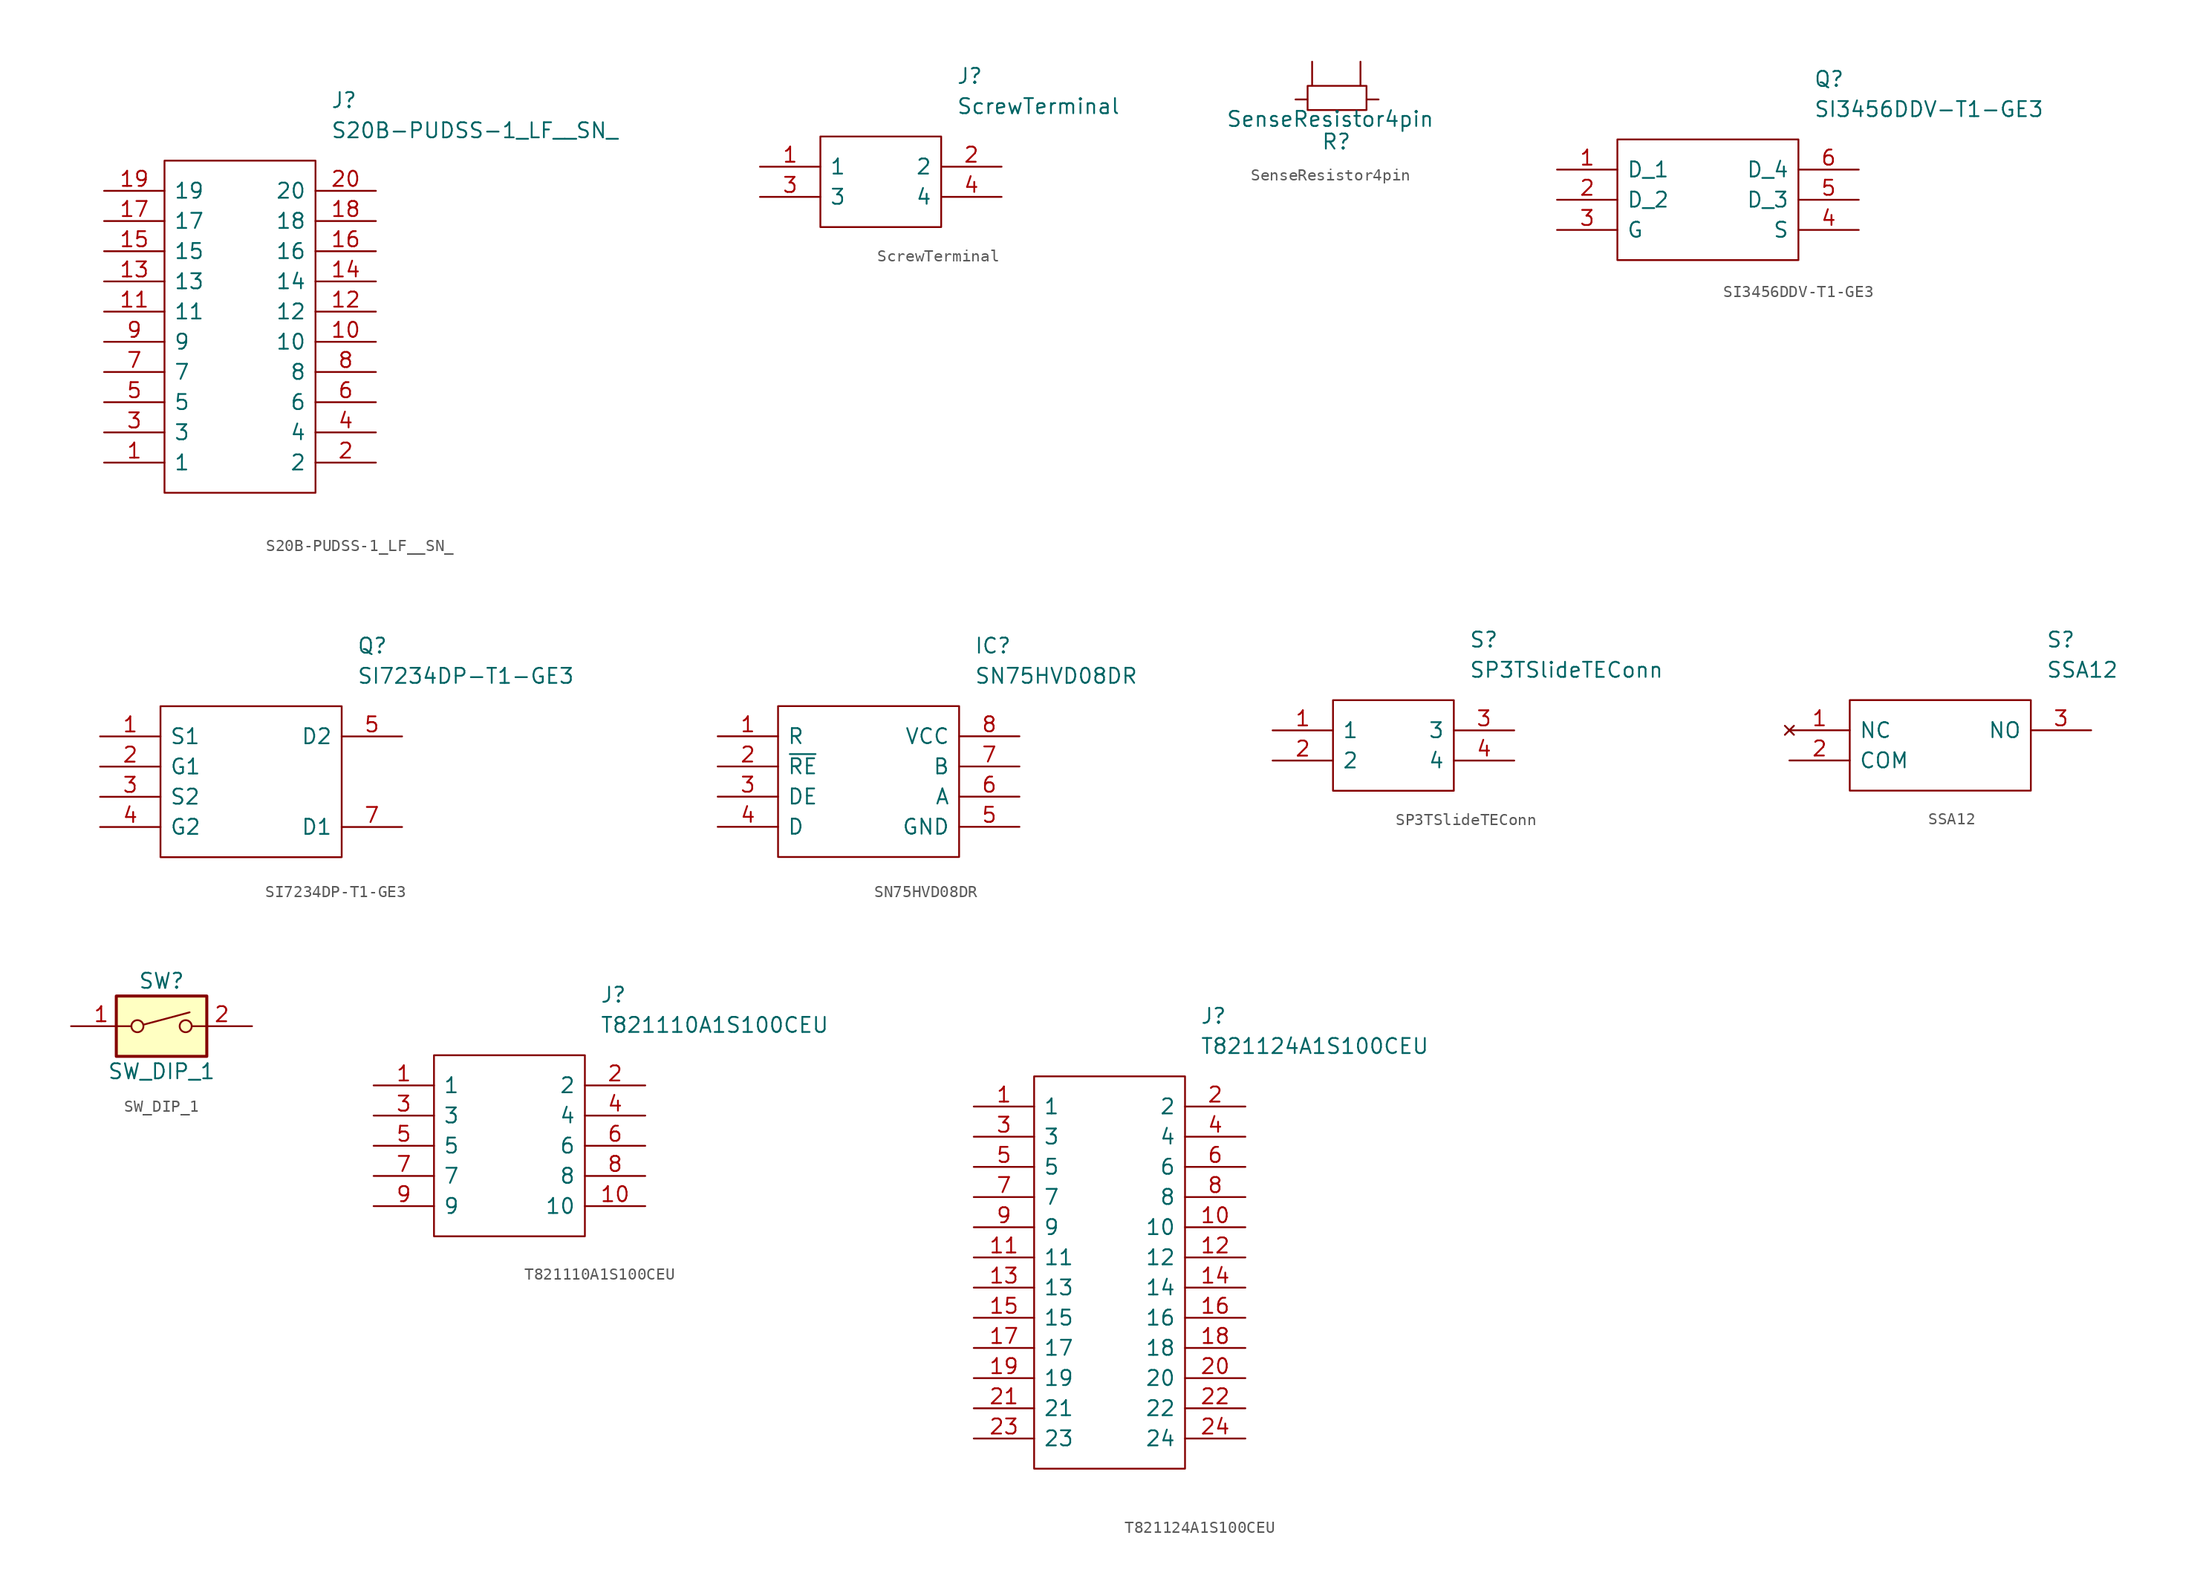
<source format=kicad_sym>
(kicad_symbol_lib
  (version 20220914)
  (generator kicad_symbol_editor)
  (symbol "S20B-PUDSS-1_LF__SN_"
    (pin_names
      (offset 0.762))
    (property "Reference" "J"
      (at 19.05 7.62 0)
      (effects (font (size 1.27 1.27)) (justify left)))
    (property "Value" "S20B-PUDSS-1_LF__SN_"
      (at 19.05 5.08 0)
      (effects (font (size 1.27 1.27)) (justify left)))
    (symbol "S20B-PUDSS-1_LF__SN__0_0"
      (pin passive line (at 0 -22.86 0) (length 5.08) (name "1" (effects (font (size 1.27 1.27)))) (number "1" (effects (font (size 1.27 1.27)))))
      (pin passive line (at 22.86 -12.7 180) (length 5.08) (name "10" (effects (font (size 1.27 1.27)))) (number "10" (effects (font (size 1.27 1.27)))))
      (pin passive line (at 0 -10.16 0) (length 5.08) (name "11" (effects (font (size 1.27 1.27)))) (number "11" (effects (font (size 1.27 1.27)))))
      (pin passive line (at 22.86 -10.16 180) (length 5.08) (name "12" (effects (font (size 1.27 1.27)))) (number "12" (effects (font (size 1.27 1.27)))))
      (pin passive line (at 0 -7.62 0) (length 5.08) (name "13" (effects (font (size 1.27 1.27)))) (number "13" (effects (font (size 1.27 1.27)))))
      (pin passive line (at 22.86 -7.62 180) (length 5.08) (name "14" (effects (font (size 1.27 1.27)))) (number "14" (effects (font (size 1.27 1.27)))))
      (pin passive line (at 0 -5.08 0) (length 5.08) (name "15" (effects (font (size 1.27 1.27)))) (number "15" (effects (font (size 1.27 1.27)))))
      (pin passive line (at 22.86 -5.08 180) (length 5.08) (name "16" (effects (font (size 1.27 1.27)))) (number "16" (effects (font (size 1.27 1.27)))))
      (pin passive line (at 0 -2.54 0) (length 5.08) (name "17" (effects (font (size 1.27 1.27)))) (number "17" (effects (font (size 1.27 1.27)))))
      (pin passive line (at 22.86 -2.54 180) (length 5.08) (name "18" (effects (font (size 1.27 1.27)))) (number "18" (effects (font (size 1.27 1.27)))))
      (pin passive line (at 0 0 0) (length 5.08) (name "19" (effects (font (size 1.27 1.27)))) (number "19" (effects (font (size 1.27 1.27)))))
      (pin passive line (at 22.86 -22.86 180) (length 5.08) (name "2" (effects (font (size 1.27 1.27)))) (number "2" (effects (font (size 1.27 1.27)))))
      (pin passive line (at 22.86 0 180) (length 5.08) (name "20" (effects (font (size 1.27 1.27)))) (number "20" (effects (font (size 1.27 1.27)))))
      (pin passive line (at 0 -20.32 0) (length 5.08) (name "3" (effects (font (size 1.27 1.27)))) (number "3" (effects (font (size 1.27 1.27)))))
      (pin passive line (at 22.86 -20.32 180) (length 5.08) (name "4" (effects (font (size 1.27 1.27)))) (number "4" (effects (font (size 1.27 1.27)))))
      (pin passive line (at 0 -17.78 0) (length 5.08) (name "5" (effects (font (size 1.27 1.27)))) (number "5" (effects (font (size 1.27 1.27)))))
      (pin passive line (at 22.86 -17.78 180) (length 5.08) (name "6" (effects (font (size 1.27 1.27)))) (number "6" (effects (font (size 1.27 1.27)))))
      (pin passive line (at 0 -15.24 0) (length 5.08) (name "7" (effects (font (size 1.27 1.27)))) (number "7" (effects (font (size 1.27 1.27)))))
      (pin passive line (at 22.86 -15.24 180) (length 5.08) (name "8" (effects (font (size 1.27 1.27)))) (number "8" (effects (font (size 1.27 1.27)))))
      (pin passive line (at 0 -12.7 0) (length 5.08) (name "9" (effects (font (size 1.27 1.27)))) (number "9" (effects (font (size 1.27 1.27))))))
    (symbol "S20B-PUDSS-1_LF__SN__0_1"
      (polyline (pts (xy 5.08 2.54) (xy 17.78 2.54) (xy 17.78 -25.4) (xy 5.08 -25.4) (xy 5.08 2.54)) (stroke (width 0.152) (type default)) (fill (type none)))))
  (symbol "ScrewTerminal"
    (pin_names
      (offset 0.762))
    (property "Reference" "J"
      (at 16.51 7.62 0)
      (effects (font (size 1.27 1.27)) (justify left)))
    (property "Value" "ScrewTerminal"
      (at 16.51 5.08 0)
      (effects (font (size 1.27 1.27)) (justify left)))
    (symbol "ScrewTerminal_0_0"
      (pin power_in line (at 0 0 0) (length 5.08) (name "1" (effects (font (size 1.27 1.27)))) (number "1" (effects (font (size 1.27 1.27)))))
      (pin power_in line (at 20.32 0 180) (length 5.08) (name "2" (effects (font (size 1.27 1.27)))) (number "2" (effects (font (size 1.27 1.27)))))
      (pin power_in line (at 0 -2.54 0) (length 5.08) (name "3" (effects (font (size 1.27 1.27)))) (number "3" (effects (font (size 1.27 1.27)))))
      (pin power_in line (at 20.32 -2.54 180) (length 5.08) (name "4" (effects (font (size 1.27 1.27)))) (number "4" (effects (font (size 1.27 1.27))))))
    (symbol "ScrewTerminal_0_1"
      (polyline (pts (xy 5.08 2.54) (xy 15.24 2.54) (xy 15.24 -5.08) (xy 5.08 -5.08) (xy 5.08 2.54)) (stroke (width 0.152) (type default)) (fill (type none)))))
  (symbol "SenseResistor4pin"
    (pin_numbers hide)
    (pin_names
      (offset 0))
    (property "Reference" "R"
      (at 0 -3.556 0)
      (effects (font (size 1.27 1.27))))
    (property "Value" "SenseResistor4pin"
      (at -0.508 -1.651 0)
      (effects (font (size 1.27 1.27))))
    (symbol "SenseResistor4pin_0_1"
      (rectangle (start -2.413 1.143) (end 2.54 -0.889) (stroke (width 0) (type default)) (fill (type none)))
      (pin input line (at -3.429 0 0) (length 0.991) (name "~" (effects (font (size 1.27 1.27)))) (number "1" (effects (font (size 1.27 1.27)))))
      (pin output line (at 3.556 0 180) (length 0.991) (name "~" (effects (font (size 1.27 1.27)))) (number "2" (effects (font (size 1.27 1.27)))))
      (pin output line (at -2.032 3.175 270) (length 2.007) (name "~" (effects (font (size 1.27 1.27)))) (number "3" (effects (font (size 1.27 1.27)))))
      (pin output line (at 2.032 3.175 270) (length 2.007) (name "~" (effects (font (size 1.27 1.27)))) (number "4" (effects (font (size 1.27 1.27)))))))
  (symbol "SI3456DDV-T1-GE3"
    (pin_names
      (offset 0.762))
    (property "Reference" "Q"
      (at 21.59 7.62 0)
      (effects (font (size 1.27 1.27)) (justify left)))
    (property "Value" "SI3456DDV-T1-GE3"
      (at 21.59 5.08 0)
      (effects (font (size 1.27 1.27)) (justify left)))
    (symbol "SI3456DDV-T1-GE3_0_0"
      (pin unspecified line (at 0 0 0) (length 5.08) (name "D_1" (effects (font (size 1.27 1.27)))) (number "1" (effects (font (size 1.27 1.27)))))
      (pin unspecified line (at 0 -2.54 0) (length 5.08) (name "D_2" (effects (font (size 1.27 1.27)))) (number "2" (effects (font (size 1.27 1.27)))))
      (pin unspecified line (at 0 -5.08 0) (length 5.08) (name "G" (effects (font (size 1.27 1.27)))) (number "3" (effects (font (size 1.27 1.27)))))
      (pin unspecified line (at 25.4 -5.08 180) (length 5.08) (name "S" (effects (font (size 1.27 1.27)))) (number "4" (effects (font (size 1.27 1.27)))))
      (pin unspecified line (at 25.4 -2.54 180) (length 5.08) (name "D_3" (effects (font (size 1.27 1.27)))) (number "5" (effects (font (size 1.27 1.27)))))
      (pin unspecified line (at 25.4 0 180) (length 5.08) (name "D_4" (effects (font (size 1.27 1.27)))) (number "6" (effects (font (size 1.27 1.27))))))
    (symbol "SI3456DDV-T1-GE3_0_1"
      (polyline (pts (xy 5.08 2.54) (xy 20.32 2.54) (xy 20.32 -7.62) (xy 5.08 -7.62) (xy 5.08 2.54)) (stroke (width 0.152) (type default)) (fill (type none)))))
  (symbol "SI7234DP-T1-GE3"
    (pin_names
      (offset 0.762))
    (property "Reference" "Q"
      (at 21.59 7.62 0)
      (effects (font (size 1.27 1.27)) (justify left)))
    (property "Value" "SI7234DP-T1-GE3"
      (at 21.59 5.08 0)
      (effects (font (size 1.27 1.27)) (justify left)))
    (symbol "SI7234DP-T1-GE3_0_0"
      (pin passive line (at 0 0 0) (length 5.08) (name "S1" (effects (font (size 1.27 1.27)))) (number "1" (effects (font (size 1.27 1.27)))))
      (pin passive line (at 25.4 -7.62 180) (length 5.08) hide (name "D1" (effects (font (size 1.27 1.27)))) (number "10" (effects (font (size 1.27 1.27)))))
      (pin passive line (at 0 -2.54 0) (length 5.08) (name "G1" (effects (font (size 1.27 1.27)))) (number "2" (effects (font (size 1.27 1.27)))))
      (pin passive line (at 0 -5.08 0) (length 5.08) (name "S2" (effects (font (size 1.27 1.27)))) (number "3" (effects (font (size 1.27 1.27)))))
      (pin passive line (at 0 -7.62 0) (length 5.08) (name "G2" (effects (font (size 1.27 1.27)))) (number "4" (effects (font (size 1.27 1.27)))))
      (pin passive line (at 25.4 0 180) (length 5.08) (name "D2" (effects (font (size 1.27 1.27)))) (number "5" (effects (font (size 1.27 1.27)))))
      (pin passive line (at 25.4 0 180) (length 5.08) hide (name "D2" (effects (font (size 1.27 1.27)))) (number "6" (effects (font (size 1.27 1.27)))))
      (pin passive line (at 25.4 -7.62 180) (length 5.08) (name "D1" (effects (font (size 1.27 1.27)))) (number "7" (effects (font (size 1.27 1.27)))))
      (pin passive line (at 25.4 -7.62 180) (length 5.08) hide (name "D1" (effects (font (size 1.27 1.27)))) (number "8" (effects (font (size 1.27 1.27)))))
      (pin passive line (at 25.4 0 180) (length 5.08) hide (name "D2" (effects (font (size 1.27 1.27)))) (number "9" (effects (font (size 1.27 1.27))))))
    (symbol "SI7234DP-T1-GE3_0_1"
      (polyline (pts (xy 5.08 2.54) (xy 20.32 2.54) (xy 20.32 -10.16) (xy 5.08 -10.16) (xy 5.08 2.54)) (stroke (width 0.152) (type default)) (fill (type none)))))
  (symbol "SN75HVD08DR"
    (pin_names
      (offset 0.762))
    (property "Reference" "IC"
      (at 21.59 7.62 0)
      (effects (font (size 1.27 1.27)) (justify left)))
    (property "Value" "SN75HVD08DR"
      (at 21.59 5.08 0)
      (effects (font (size 1.27 1.27)) (justify left)))
    (symbol "SN75HVD08DR_0_0"
      (pin passive line (at 0 0 0) (length 5.08) (name "R" (effects (font (size 1.27 1.27)))) (number "1" (effects (font (size 1.27 1.27)))))
      (pin passive line (at 0 -2.54 0) (length 5.08) (name "~{RE}" (effects (font (size 1.27 1.27)))) (number "2" (effects (font (size 1.27 1.27)))))
      (pin passive line (at 0 -5.08 0) (length 5.08) (name "DE" (effects (font (size 1.27 1.27)))) (number "3" (effects (font (size 1.27 1.27)))))
      (pin passive line (at 0 -7.62 0) (length 5.08) (name "D" (effects (font (size 1.27 1.27)))) (number "4" (effects (font (size 1.27 1.27)))))
      (pin passive line (at 25.4 -7.62 180) (length 5.08) (name "GND" (effects (font (size 1.27 1.27)))) (number "5" (effects (font (size 1.27 1.27)))))
      (pin passive line (at 25.4 -5.08 180) (length 5.08) (name "A" (effects (font (size 1.27 1.27)))) (number "6" (effects (font (size 1.27 1.27)))))
      (pin passive line (at 25.4 -2.54 180) (length 5.08) (name "B" (effects (font (size 1.27 1.27)))) (number "7" (effects (font (size 1.27 1.27)))))
      (pin passive line (at 25.4 0 180) (length 5.08) (name "VCC" (effects (font (size 1.27 1.27)))) (number "8" (effects (font (size 1.27 1.27))))))
    (symbol "SN75HVD08DR_0_1"
      (polyline (pts (xy 5.08 2.54) (xy 20.32 2.54) (xy 20.32 -10.16) (xy 5.08 -10.16) (xy 5.08 2.54)) (stroke (width 0.152) (type default)) (fill (type none)))))
  (symbol "SP3TSlideTEConn"
    (pin_names
      (offset 0.762))
    (property "Reference" "S"
      (at 16.51 7.62 0)
      (effects (font (size 1.27 1.27)) (justify left)))
    (property "Value" "SP3TSlideTEConn"
      (at 16.51 5.08 0)
      (effects (font (size 1.27 1.27)) (justify left)))
    (symbol "SP3TSlideTEConn_0_0"
      (pin bidirectional line (at 0 0 0) (length 5.08) (name "1" (effects (font (size 1.27 1.27)))) (number "1" (effects (font (size 1.27 1.27)))))
      (pin bidirectional line (at 0 -2.54 0) (length 5.08) (name "2" (effects (font (size 1.27 1.27)))) (number "2" (effects (font (size 1.27 1.27)))))
      (pin bidirectional line (at 20.32 0 180) (length 5.08) (name "3" (effects (font (size 1.27 1.27)))) (number "3" (effects (font (size 1.27 1.27)))))
      (pin bidirectional line (at 20.32 -2.54 180) (length 5.08) (name "4" (effects (font (size 1.27 1.27)))) (number "4" (effects (font (size 1.27 1.27))))))
    (symbol "SP3TSlideTEConn_0_1"
      (polyline (pts (xy 5.08 2.54) (xy 15.24 2.54) (xy 15.24 -5.08) (xy 5.08 -5.08) (xy 5.08 2.54)) (stroke (width 0.152) (type default)) (fill (type none)))))
  (symbol "SSA12"
    (pin_names
      (offset 0.762))
    (property "Reference" "S"
      (at 21.59 7.62 0)
      (effects (font (size 1.27 1.27)) (justify left)))
    (property "Value" "SSA12"
      (at 21.59 5.08 0)
      (effects (font (size 1.27 1.27)) (justify left)))
    (symbol "SSA12_0_0"
      (pin no_connect line (at 0 0 0) (length 5.08) (name "NC" (effects (font (size 1.27 1.27)))) (number "1" (effects (font (size 1.27 1.27)))))
      (pin passive line (at 0 -2.54 0) (length 5.08) (name "COM" (effects (font (size 1.27 1.27)))) (number "2" (effects (font (size 1.27 1.27)))))
      (pin passive line (at 25.4 0 180) (length 5.08) (name "NO" (effects (font (size 1.27 1.27)))) (number "3" (effects (font (size 1.27 1.27))))))
    (symbol "SSA12_0_1"
      (polyline (pts (xy 5.08 2.54) (xy 20.32 2.54) (xy 20.32 -5.08) (xy 5.08 -5.08) (xy 5.08 2.54)) (stroke (width 0.152) (type default)) (fill (type none)))))
  (symbol "SW_DIP_1"
    (pin_names
      (offset 0) hide)
    (property "Reference" "SW"
      (at 0 3.81 0)
      (effects (font (size 1.27 1.27))))
    (property "Value" "SW_DIP_1"
      (at 0 -3.81 0)
      (effects (font (size 1.27 1.27))))
    (symbol "SW_DIP_1_0_0"
      (circle (center -2.032 0) (radius 0.508) (stroke (width 0) (type default)) (fill (type none)))
      (polyline (pts (xy -1.524 0.127) (xy 2.362 1.168)) (stroke (width 0) (type default)) (fill (type none)))
      (circle (center 2.032 0) (radius 0.508) (stroke (width 0) (type default)) (fill (type none))))
    (symbol "SW_DIP_1_0_1"
      (rectangle (start -3.81 2.54) (end 3.81 -2.54) (stroke (width 0.254) (type default)) (fill (type background))))
    (symbol "SW_DIP_1_1_1"
      (pin passive line (at -7.62 0 0) (length 5.08) (name "~" (effects (font (size 1.27 1.27)))) (number "1" (effects (font (size 1.27 1.27)))))
      (pin passive line (at 7.62 0 180) (length 5.08) (name "~" (effects (font (size 1.27 1.27)))) (number "2" (effects (font (size 1.27 1.27)))))))
  (symbol "T821110A1S100CEU"
    (pin_names
      (offset 0.762))
    (property "Reference" "J"
      (at 19.05 7.62 0)
      (effects (font (size 1.27 1.27)) (justify left)))
    (property "Value" "T821110A1S100CEU"
      (at 19.05 5.08 0)
      (effects (font (size 1.27 1.27)) (justify left)))
    (symbol "T821110A1S100CEU_0_0"
      (pin unspecified line (at 0 0 0) (length 5.08) (name "1" (effects (font (size 1.27 1.27)))) (number "1" (effects (font (size 1.27 1.27)))))
      (pin unspecified line (at 22.86 -10.16 180) (length 5.08) (name "10" (effects (font (size 1.27 1.27)))) (number "10" (effects (font (size 1.27 1.27)))))
      (pin unspecified line (at 22.86 0 180) (length 5.08) (name "2" (effects (font (size 1.27 1.27)))) (number "2" (effects (font (size 1.27 1.27)))))
      (pin unspecified line (at 0 -2.54 0) (length 5.08) (name "3" (effects (font (size 1.27 1.27)))) (number "3" (effects (font (size 1.27 1.27)))))
      (pin unspecified line (at 22.86 -2.54 180) (length 5.08) (name "4" (effects (font (size 1.27 1.27)))) (number "4" (effects (font (size 1.27 1.27)))))
      (pin unspecified line (at 0 -5.08 0) (length 5.08) (name "5" (effects (font (size 1.27 1.27)))) (number "5" (effects (font (size 1.27 1.27)))))
      (pin unspecified line (at 22.86 -5.08 180) (length 5.08) (name "6" (effects (font (size 1.27 1.27)))) (number "6" (effects (font (size 1.27 1.27)))))
      (pin unspecified line (at 0 -7.62 0) (length 5.08) (name "7" (effects (font (size 1.27 1.27)))) (number "7" (effects (font (size 1.27 1.27)))))
      (pin unspecified line (at 22.86 -7.62 180) (length 5.08) (name "8" (effects (font (size 1.27 1.27)))) (number "8" (effects (font (size 1.27 1.27)))))
      (pin unspecified line (at 0 -10.16 0) (length 5.08) (name "9" (effects (font (size 1.27 1.27)))) (number "9" (effects (font (size 1.27 1.27))))))
    (symbol "T821110A1S100CEU_0_1"
      (polyline (pts (xy 5.08 2.54) (xy 17.78 2.54) (xy 17.78 -12.7) (xy 5.08 -12.7) (xy 5.08 2.54)) (stroke (width 0.152) (type default)) (fill (type none)))))
  (symbol "T821124A1S100CEU"
    (pin_names
      (offset 0.762))
    (property "Reference" "J"
      (at 19.05 7.62 0)
      (effects (font (size 1.27 1.27)) (justify left)))
    (property "Value" "T821124A1S100CEU"
      (at 19.05 5.08 0)
      (effects (font (size 1.27 1.27)) (justify left)))
    (symbol "T821124A1S100CEU_0_0"
      (pin unspecified line (at 0 0 0) (length 5.08) (name "1" (effects (font (size 1.27 1.27)))) (number "1" (effects (font (size 1.27 1.27)))))
      (pin unspecified line (at 22.86 -10.16 180) (length 5.08) (name "10" (effects (font (size 1.27 1.27)))) (number "10" (effects (font (size 1.27 1.27)))))
      (pin unspecified line (at 0 -12.7 0) (length 5.08) (name "11" (effects (font (size 1.27 1.27)))) (number "11" (effects (font (size 1.27 1.27)))))
      (pin unspecified line (at 22.86 -12.7 180) (length 5.08) (name "12" (effects (font (size 1.27 1.27)))) (number "12" (effects (font (size 1.27 1.27)))))
      (pin unspecified line (at 0 -15.24 0) (length 5.08) (name "13" (effects (font (size 1.27 1.27)))) (number "13" (effects (font (size 1.27 1.27)))))
      (pin unspecified line (at 22.86 -15.24 180) (length 5.08) (name "14" (effects (font (size 1.27 1.27)))) (number "14" (effects (font (size 1.27 1.27)))))
      (pin unspecified line (at 0 -17.78 0) (length 5.08) (name "15" (effects (font (size 1.27 1.27)))) (number "15" (effects (font (size 1.27 1.27)))))
      (pin unspecified line (at 22.86 -17.78 180) (length 5.08) (name "16" (effects (font (size 1.27 1.27)))) (number "16" (effects (font (size 1.27 1.27)))))
      (pin unspecified line (at 0 -20.32 0) (length 5.08) (name "17" (effects (font (size 1.27 1.27)))) (number "17" (effects (font (size 1.27 1.27)))))
      (pin unspecified line (at 22.86 -20.32 180) (length 5.08) (name "18" (effects (font (size 1.27 1.27)))) (number "18" (effects (font (size 1.27 1.27)))))
      (pin unspecified line (at 0 -22.86 0) (length 5.08) (name "19" (effects (font (size 1.27 1.27)))) (number "19" (effects (font (size 1.27 1.27)))))
      (pin unspecified line (at 22.86 0 180) (length 5.08) (name "2" (effects (font (size 1.27 1.27)))) (number "2" (effects (font (size 1.27 1.27)))))
      (pin unspecified line (at 22.86 -22.86 180) (length 5.08) (name "20" (effects (font (size 1.27 1.27)))) (number "20" (effects (font (size 1.27 1.27)))))
      (pin unspecified line (at 0 -25.4 0) (length 5.08) (name "21" (effects (font (size 1.27 1.27)))) (number "21" (effects (font (size 1.27 1.27)))))
      (pin unspecified line (at 22.86 -25.4 180) (length 5.08) (name "22" (effects (font (size 1.27 1.27)))) (number "22" (effects (font (size 1.27 1.27)))))
      (pin unspecified line (at 0 -27.94 0) (length 5.08) (name "23" (effects (font (size 1.27 1.27)))) (number "23" (effects (font (size 1.27 1.27)))))
      (pin unspecified line (at 22.86 -27.94 180) (length 5.08) (name "24" (effects (font (size 1.27 1.27)))) (number "24" (effects (font (size 1.27 1.27)))))
      (pin unspecified line (at 0 -2.54 0) (length 5.08) (name "3" (effects (font (size 1.27 1.27)))) (number "3" (effects (font (size 1.27 1.27)))))
      (pin unspecified line (at 22.86 -2.54 180) (length 5.08) (name "4" (effects (font (size 1.27 1.27)))) (number "4" (effects (font (size 1.27 1.27)))))
      (pin unspecified line (at 0 -5.08 0) (length 5.08) (name "5" (effects (font (size 1.27 1.27)))) (number "5" (effects (font (size 1.27 1.27)))))
      (pin unspecified line (at 22.86 -5.08 180) (length 5.08) (name "6" (effects (font (size 1.27 1.27)))) (number "6" (effects (font (size 1.27 1.27)))))
      (pin unspecified line (at 0 -7.62 0) (length 5.08) (name "7" (effects (font (size 1.27 1.27)))) (number "7" (effects (font (size 1.27 1.27)))))
      (pin unspecified line (at 22.86 -7.62 180) (length 5.08) (name "8" (effects (font (size 1.27 1.27)))) (number "8" (effects (font (size 1.27 1.27)))))
      (pin unspecified line (at 0 -10.16 0) (length 5.08) (name "9" (effects (font (size 1.27 1.27)))) (number "9" (effects (font (size 1.27 1.27))))))
    (symbol "T821124A1S100CEU_0_1"
      (polyline (pts (xy 5.08 2.54) (xy 17.78 2.54) (xy 17.78 -30.48) (xy 5.08 -30.48) (xy 5.08 2.54)) (stroke (width 0.152) (type default)) (fill (type none))))))
</source>
